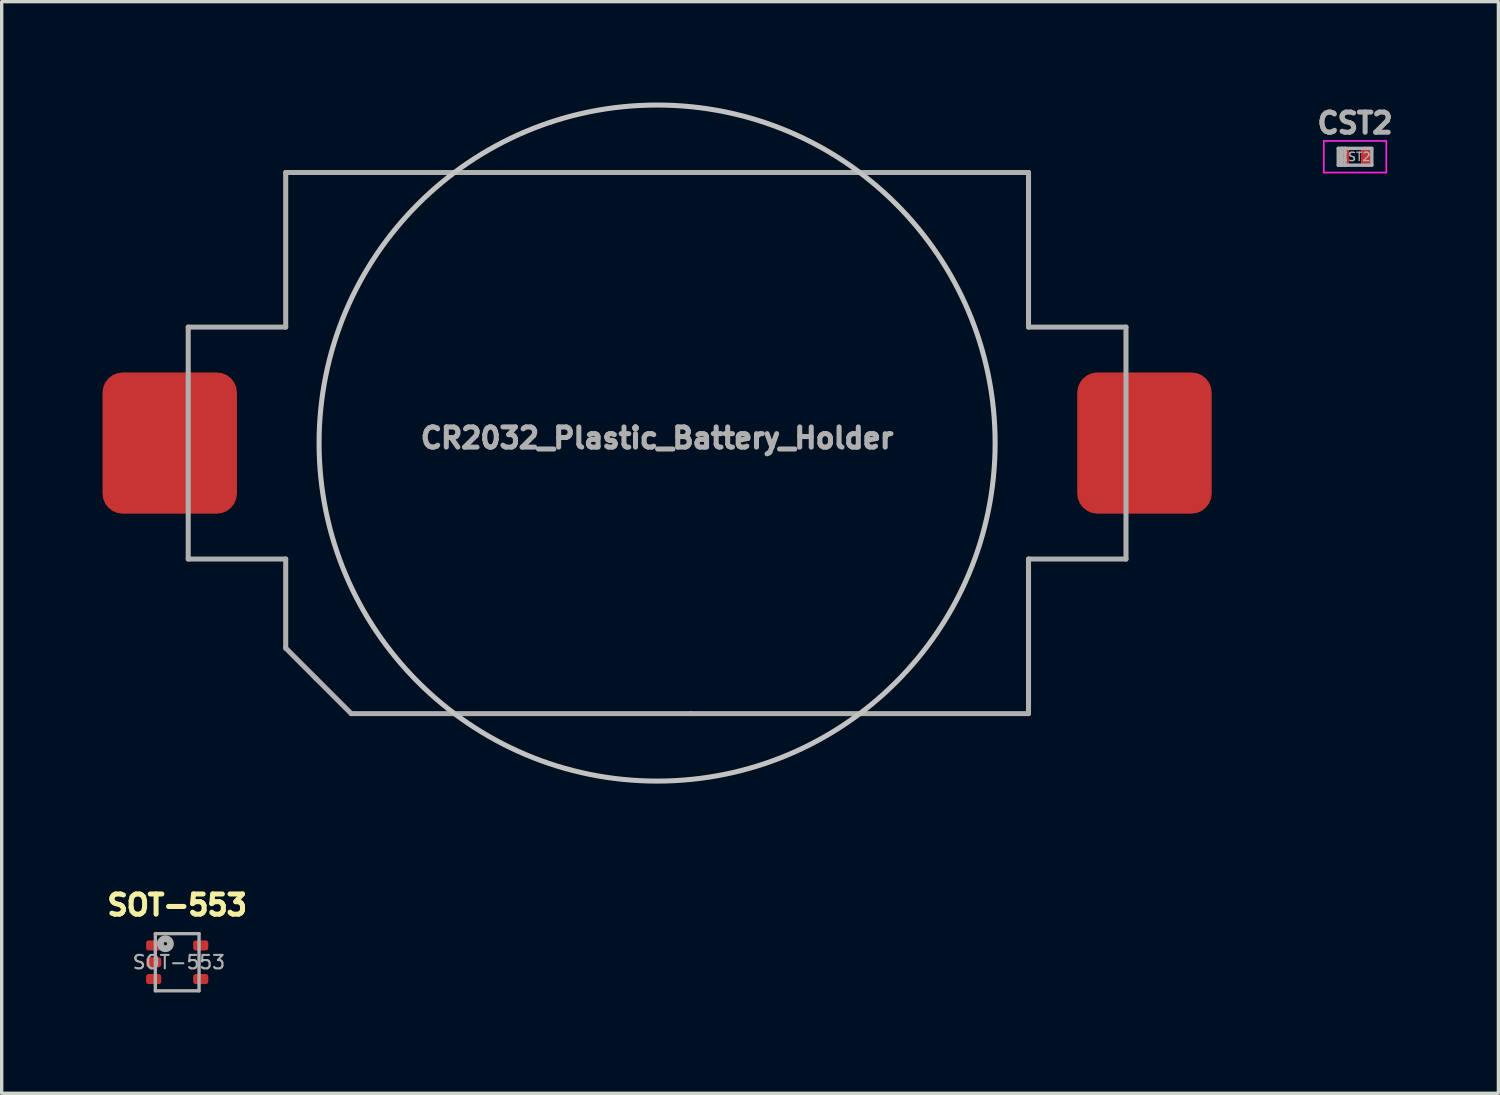
<source format=kicad_pcb>
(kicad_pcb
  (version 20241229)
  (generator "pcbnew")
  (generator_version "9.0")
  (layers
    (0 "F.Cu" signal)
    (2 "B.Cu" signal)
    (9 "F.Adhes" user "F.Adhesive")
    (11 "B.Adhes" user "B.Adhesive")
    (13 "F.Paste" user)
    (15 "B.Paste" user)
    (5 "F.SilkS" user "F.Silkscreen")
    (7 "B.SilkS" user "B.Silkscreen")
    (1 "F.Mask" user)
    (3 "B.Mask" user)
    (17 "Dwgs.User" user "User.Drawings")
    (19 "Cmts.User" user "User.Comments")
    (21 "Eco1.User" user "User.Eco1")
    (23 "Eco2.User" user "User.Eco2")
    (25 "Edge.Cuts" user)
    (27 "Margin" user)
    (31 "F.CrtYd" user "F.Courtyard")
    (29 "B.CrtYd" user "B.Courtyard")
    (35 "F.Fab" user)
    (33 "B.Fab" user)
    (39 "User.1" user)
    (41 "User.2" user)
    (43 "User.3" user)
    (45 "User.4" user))
  (footprint "SOT-553"
    (layer "F.Cu")
    (at 2.222 25.578)
    (property "Reference" "SOT-553" (at 0 -1.7 0) (layer "F.SilkS") (effects (font (size 0.6 0.6) (thickness 0.15))))
    (attr smd)
    (fp_line (start -0.65 -0.85) (end -0.65 0.85) (stroke (width 0.1) (type solid)) (layer "F.Fab"))
    (fp_line (start -0.65 0.85) (end 0.65 0.85) (stroke (width 0.1) (type solid)) (layer "F.Fab"))
    (fp_line (start 0.65 -0.85) (end -0.65 -0.85) (stroke (width 0.1) (type solid)) (layer "F.Fab"))
    (fp_line (start 0.65 0.85) (end 0.65 -0.85) (stroke (width 0.1) (type solid)) (layer "F.Fab"))
    (fp_circle (center -0.35 -0.55) (end -0.3 -0.55) (stroke (width 0.2) (type solid)) (fill no) (layer "F.Fab"))
    (fp_text user "${REFERENCE}" (at 0.05 0 180) (layer "F.Fab") (effects (font (size 0.4 0.4) (thickness 0.062))))
    (pad "1" smd roundrect (at -0.7 -0.5) (size 0.45 0.3) (layers "F.Cu" "F.Mask" "F.Paste") (roundrect_rratio 0.25))
    (pad "2" smd roundrect (at -0.7 0) (size 0.45 0.3) (layers "F.Cu" "F.Mask" "F.Paste") (roundrect_rratio 0.25))
    (pad "3" smd roundrect (at -0.7 0.5) (size 0.45 0.3) (layers "F.Cu" "F.Mask" "F.Paste") (roundrect_rratio 0.25))
    (pad "4" smd roundrect (at 0.7 0.5) (size 0.45 0.3) (layers "F.Cu" "F.Mask" "F.Paste") (roundrect_rratio 0.25))
    (pad "5" smd roundrect (at 0.7 -0.5) (size 0.45 0.3) (layers "F.Cu" "F.Mask" "F.Paste") (roundrect_rratio 0.25)))
  (footprint "CST2"
    (layer "F.Cu")
    (at 37.265 1.614)
    (property "Reference" "CST2" (at 0 -1 0) (layer "F.Fab") (effects (font (size 0.6 0.6) (thickness 0.15))))
    (attr smd)
    (fp_line (start -0.93 -0.47) (end 0.93 -0.47) (stroke (width 0.05) (type solid)) (layer "F.CrtYd"))
    (fp_line (start -0.93 0.47) (end -0.93 -0.47) (stroke (width 0.05) (type solid)) (layer "F.CrtYd"))
    (fp_line (start 0.93 -0.47) (end 0.93 0.47) (stroke (width 0.05) (type solid)) (layer "F.CrtYd"))
    (fp_line (start 0.93 0.47) (end -0.93 0.47) (stroke (width 0.05) (type solid)) (layer "F.CrtYd"))
    (fp_line (start -0.5 -0.25) (end 0.5 -0.25) (stroke (width 0.1) (type solid)) (layer "F.Fab"))
    (fp_line (start -0.5 0.25) (end -0.5 -0.25) (stroke (width 0.1) (type solid)) (layer "F.Fab"))
    (fp_line (start -0.4 0.25) (end -0.4 -0.25) (stroke (width 0.1) (type solid)) (layer "F.Fab"))
    (fp_line (start -0.3 0.25) (end -0.3 -0.25) (stroke (width 0.1) (type solid)) (layer "F.Fab"))
    (fp_line (start 0.5 -0.25) (end 0.5 0.25) (stroke (width 0.1) (type solid)) (layer "F.Fab"))
    (fp_line (start 0.5 0.25) (end -0.5 0.25) (stroke (width 0.1) (type solid)) (layer "F.Fab"))
    (fp_text user "${REFERENCE}" (at 0 0 0) (layer "F.Fab") (effects (font (size 0.25 0.25) (thickness 0.04))))
    (pad "1" smd roundrect (at -0.35 0) (size 0.35 0.6) (layers "F.Cu" "F.Mask" "F.Paste") (roundrect_rratio 0.25))
    (pad "2" smd roundrect (at 0.35 0) (size 0.35 0.6) (layers "F.Cu" "F.Mask" "F.Paste") (roundrect_rratio 0.25)))
  (footprint "CR2032_Plastic_Battery_Holder"
    (layer "F.Cu")
    (at 16.5 10.132)
    (property "Reference" "CR2032_Plastic_Battery_Holder" (at 0 -0.15 180) (layer "F.Fab") (effects (font (size 0.6 0.6) (thickness 0.15))))
    (attr smd)
    (fp_circle (center 0 0) (end 10.057 0) (stroke (width 0.15) (type solid)) (fill no) (layer "Dwgs.User"))
    (fp_line (start -13.95 3.45) (end -13.95 -3.45) (stroke (width 0.15) (type solid)) (layer "F.Fab"))
    (fp_line (start -11.05 -8.05) (end -11.05 -3.45) (stroke (width 0.15) (type solid)) (layer "F.Fab"))
    (fp_line (start -11.05 -8.05) (end -1.05 -8.05) (stroke (width 0.15) (type solid)) (layer "F.Fab"))
    (fp_line (start -11.05 -3.45) (end -13.95 -3.45) (stroke (width 0.15) (type solid)) (layer "F.Fab"))
    (fp_line (start -11.05 3.45) (end -13.95 3.45) (stroke (width 0.15) (type solid)) (layer "F.Fab"))
    (fp_line (start -11.05 6.1) (end -11.05 3.45) (stroke (width 0.15) (type solid)) (layer "F.Fab"))
    (fp_line (start -11.05 6.1) (end -10.15 7) (stroke (width 0.15) (type solid)) (layer "F.Fab"))
    (fp_line (start -10.15 7) (end -9.1 8.05) (stroke (width 0.15) (type solid)) (layer "F.Fab"))
    (fp_line (start -1.05 -8.05) (end 9 -8.05) (stroke (width 0.15) (type solid)) (layer "F.Fab"))
    (fp_line (start 1 8.05) (end -9.1 8.05) (stroke (width 0.15) (type solid)) (layer "F.Fab"))
    (fp_line (start 9 -8.05) (end 11.05 -8.05) (stroke (width 0.15) (type solid)) (layer "F.Fab"))
    (fp_line (start 11.05 -8.05) (end 11.05 -3.45) (stroke (width 0.15) (type solid)) (layer "F.Fab"))
    (fp_line (start 11.05 -3.45) (end 13.95 -3.45) (stroke (width 0.15) (type solid)) (layer "F.Fab"))
    (fp_line (start 11.05 3.45) (end 13.95 3.45) (stroke (width 0.15) (type solid)) (layer "F.Fab"))
    (fp_line (start 11.05 8.05) (end 1 8.05) (stroke (width 0.15) (type solid)) (layer "F.Fab"))
    (fp_line (start 11.05 8.05) (end 11.05 3.45) (stroke (width 0.15) (type solid)) (layer "F.Fab"))
    (fp_line (start 13.95 -3.45) (end 13.95 3.45) (stroke (width 0.15) (type solid)) (layer "F.Fab"))
    (pad "1" smd roundrect (at -14.5 0) (size 4 4.2) (layers "F.Cu" "F.Mask" "F.Paste") (roundrect_rratio 0.15))
    (pad "2" smd roundrect (at 14.5 0) (size 4 4.2) (layers "F.Cu" "F.Mask" "F.Paste") (roundrect_rratio 0.15)))
  (gr_rect
    (start -3 -3)
    (end 41.53 29.478)
    (stroke (width 0.1) (type default))
    (fill no)
    (layer "Edge.Cuts")))
</source>
